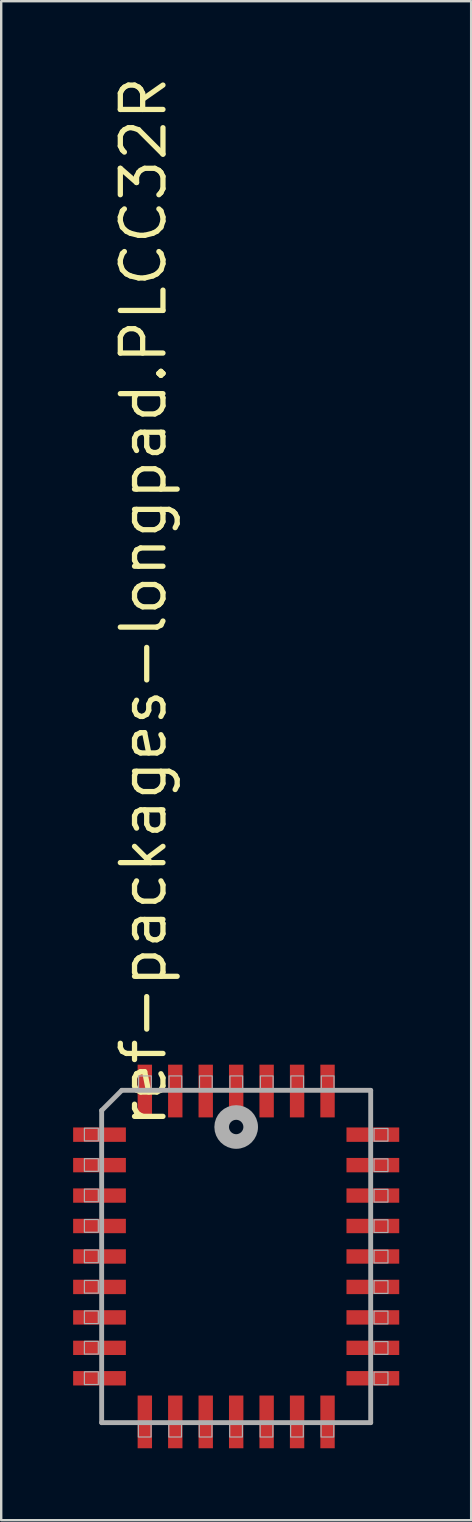
<source format=kicad_pcb>
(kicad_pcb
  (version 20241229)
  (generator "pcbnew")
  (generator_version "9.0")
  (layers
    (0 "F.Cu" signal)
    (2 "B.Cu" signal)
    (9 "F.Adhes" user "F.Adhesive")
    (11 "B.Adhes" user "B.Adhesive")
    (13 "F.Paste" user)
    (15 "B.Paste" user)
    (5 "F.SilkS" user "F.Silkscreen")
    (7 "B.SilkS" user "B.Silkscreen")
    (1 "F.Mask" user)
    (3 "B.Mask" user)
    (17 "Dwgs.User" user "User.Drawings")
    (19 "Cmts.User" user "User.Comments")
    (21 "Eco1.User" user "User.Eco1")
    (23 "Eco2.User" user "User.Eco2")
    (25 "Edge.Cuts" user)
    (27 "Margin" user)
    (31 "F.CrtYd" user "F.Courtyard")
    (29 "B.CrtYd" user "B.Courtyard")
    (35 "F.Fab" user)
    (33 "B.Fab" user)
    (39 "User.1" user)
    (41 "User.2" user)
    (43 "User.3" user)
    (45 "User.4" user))
  (footprint "ref-packages-longpad.PLCC32R"
    (layer "F.Cu")
    (at 6.8 49.352)
    (property "Reference" "ref-packages-longpad.PLCC32R" (at -2.825 -5.275 270) (layer "F.SilkS") (effects (font (size 1.778 1.778) (thickness 0.22)) (justify left bottom)))
    (attr smd)
    (fp_line (start -5.61 -6.09) (end -5.61 6.93) (stroke (width 0.203) (type default)) (layer "F.Fab"))
    (fp_line (start -5.61 6.93) (end 5.61 6.93) (stroke (width 0.203) (type default)) (layer "F.Fab"))
    (fp_line (start -4.77 -6.93) (end -5.61 -6.09) (stroke (width 0.203) (type default)) (layer "F.Fab"))
    (fp_line (start 5.61 -6.93) (end -4.77 -6.93) (stroke (width 0.203) (type default)) (layer "F.Fab"))
    (fp_line (start 5.61 6.93) (end 5.61 -6.93) (stroke (width 0.203) (type default)) (layer "F.Fab"))
    (fp_rect (start -6.33 -4.82) (end -5.75 -5.35) (stroke (width 0.05) (type default)) (fill no) (layer "F.Fab"))
    (fp_rect (start -6.33 -3.55) (end -5.75 -4.08) (stroke (width 0.05) (type default)) (fill no) (layer "F.Fab"))
    (fp_rect (start -6.33 -2.28) (end -5.75 -2.81) (stroke (width 0.05) (type default)) (fill no) (layer "F.Fab"))
    (fp_rect (start -6.33 -1.01) (end -5.75 -1.54) (stroke (width 0.05) (type default)) (fill no) (layer "F.Fab"))
    (fp_rect (start -6.33 0.26) (end -5.75 -0.27) (stroke (width 0.05) (type default)) (fill no) (layer "F.Fab"))
    (fp_rect (start -6.33 1.53) (end -5.75 1) (stroke (width 0.05) (type default)) (fill no) (layer "F.Fab"))
    (fp_rect (start -6.33 2.8) (end -5.75 2.27) (stroke (width 0.05) (type default)) (fill no) (layer "F.Fab"))
    (fp_rect (start -6.33 4.07) (end -5.75 3.54) (stroke (width 0.05) (type default)) (fill no) (layer "F.Fab"))
    (fp_rect (start -6.33 5.34) (end -5.75 4.81) (stroke (width 0.05) (type default)) (fill no) (layer "F.Fab"))
    (fp_rect (start -4.08 7.53) (end -3.55 6.95) (stroke (width 0.05) (type default)) (fill no) (layer "F.Fab"))
    (fp_rect (start -4.07 -6.95) (end -3.54 -7.53) (stroke (width 0.05) (type default)) (fill no) (layer "F.Fab"))
    (fp_rect (start -2.81 7.53) (end -2.28 6.95) (stroke (width 0.05) (type default)) (fill no) (layer "F.Fab"))
    (fp_rect (start -2.8 -6.95) (end -2.27 -7.53) (stroke (width 0.05) (type default)) (fill no) (layer "F.Fab"))
    (fp_rect (start -1.54 7.53) (end -1.01 6.95) (stroke (width 0.05) (type default)) (fill no) (layer "F.Fab"))
    (fp_rect (start -1.53 -6.95) (end -1 -7.53) (stroke (width 0.05) (type default)) (fill no) (layer "F.Fab"))
    (fp_rect (start -0.27 7.53) (end 0.26 6.95) (stroke (width 0.05) (type default)) (fill no) (layer "F.Fab"))
    (fp_rect (start -0.26 -6.95) (end 0.27 -7.53) (stroke (width 0.05) (type default)) (fill no) (layer "F.Fab"))
    (fp_rect (start 1 7.53) (end 1.53 6.95) (stroke (width 0.05) (type default)) (fill no) (layer "F.Fab"))
    (fp_rect (start 1.01 -6.95) (end 1.54 -7.53) (stroke (width 0.05) (type default)) (fill no) (layer "F.Fab"))
    (fp_rect (start 2.27 7.53) (end 2.8 6.95) (stroke (width 0.05) (type default)) (fill no) (layer "F.Fab"))
    (fp_rect (start 2.28 -6.95) (end 2.81 -7.53) (stroke (width 0.05) (type default)) (fill no) (layer "F.Fab"))
    (fp_rect (start 3.54 7.53) (end 4.07 6.95) (stroke (width 0.05) (type default)) (fill no) (layer "F.Fab"))
    (fp_rect (start 3.55 -6.95) (end 4.08 -7.53) (stroke (width 0.05) (type default)) (fill no) (layer "F.Fab"))
    (fp_rect (start 5.75 -4.81) (end 6.33 -5.34) (stroke (width 0.05) (type default)) (fill no) (layer "F.Fab"))
    (fp_rect (start 5.75 -3.54) (end 6.33 -4.07) (stroke (width 0.05) (type default)) (fill no) (layer "F.Fab"))
    (fp_rect (start 5.75 -2.27) (end 6.33 -2.8) (stroke (width 0.05) (type default)) (fill no) (layer "F.Fab"))
    (fp_rect (start 5.75 -1) (end 6.33 -1.53) (stroke (width 0.05) (type default)) (fill no) (layer "F.Fab"))
    (fp_rect (start 5.75 0.27) (end 6.33 -0.26) (stroke (width 0.05) (type default)) (fill no) (layer "F.Fab"))
    (fp_rect (start 5.75 1.54) (end 6.33 1.01) (stroke (width 0.05) (type default)) (fill no) (layer "F.Fab"))
    (fp_rect (start 5.75 2.81) (end 6.33 2.28) (stroke (width 0.05) (type default)) (fill no) (layer "F.Fab"))
    (fp_rect (start 5.75 4.08) (end 6.33 3.55) (stroke (width 0.05) (type default)) (fill no) (layer "F.Fab"))
    (fp_rect (start 5.75 5.35) (end 6.33 4.82) (stroke (width 0.05) (type default)) (fill no) (layer "F.Fab"))
    (fp_circle (center 0 -5.4) (end 0.3 -5.4) (stroke (width 0.61) (type default)) (fill no) (layer "F.Fab"))
    (pad "1" smd roundrect (at 0 -6.9) (size 0.6 2.2) (layers "F.Cu" "F.Mask" "F.Paste") (roundrect_rratio 0.01))
    (pad "2" smd roundrect (at -1.27 -6.9) (size 0.6 2.2) (layers "F.Cu" "F.Mask" "F.Paste") (roundrect_rratio 0.01))
    (pad "3" smd roundrect (at -2.54 -6.9) (size 0.6 2.2) (layers "F.Cu" "F.Mask" "F.Paste") (roundrect_rratio 0.01))
    (pad "4" smd roundrect (at -3.81 -6.9) (size 0.6 2.2) (layers "F.Cu" "F.Mask" "F.Paste") (roundrect_rratio 0.01))
    (pad "5" smd roundrect (at -5.7 -5.08) (size 2.2 0.6) (layers "F.Cu" "F.Mask" "F.Paste") (roundrect_rratio 0.01))
    (pad "6" smd roundrect (at -5.7 -3.81) (size 2.2 0.6) (layers "F.Cu" "F.Mask" "F.Paste") (roundrect_rratio 0.01))
    (pad "7" smd roundrect (at -5.7 -2.54) (size 2.2 0.6) (layers "F.Cu" "F.Mask" "F.Paste") (roundrect_rratio 0.01))
    (pad "8" smd roundrect (at -5.7 -1.27) (size 2.2 0.6) (layers "F.Cu" "F.Mask" "F.Paste") (roundrect_rratio 0.01))
    (pad "9" smd roundrect (at -5.7 0) (size 2.2 0.6) (layers "F.Cu" "F.Mask" "F.Paste") (roundrect_rratio 0.01))
    (pad "10" smd roundrect (at -5.7 1.27) (size 2.2 0.6) (layers "F.Cu" "F.Mask" "F.Paste") (roundrect_rratio 0.01))
    (pad "11" smd roundrect (at -5.7 2.54) (size 2.2 0.6) (layers "F.Cu" "F.Mask" "F.Paste") (roundrect_rratio 0.01))
    (pad "12" smd roundrect (at -5.7 3.81) (size 2.2 0.6) (layers "F.Cu" "F.Mask" "F.Paste") (roundrect_rratio 0.01))
    (pad "13" smd roundrect (at -5.7 5.08) (size 2.2 0.6) (layers "F.Cu" "F.Mask" "F.Paste") (roundrect_rratio 0.01))
    (pad "14" smd roundrect (at -3.81 6.9) (size 0.6 2.2) (layers "F.Cu" "F.Mask" "F.Paste") (roundrect_rratio 0.01))
    (pad "15" smd roundrect (at -2.54 6.9) (size 0.6 2.2) (layers "F.Cu" "F.Mask" "F.Paste") (roundrect_rratio 0.01))
    (pad "16" smd roundrect (at -1.27 6.9) (size 0.6 2.2) (layers "F.Cu" "F.Mask" "F.Paste") (roundrect_rratio 0.01))
    (pad "17" smd roundrect (at 0 6.9) (size 0.6 2.2) (layers "F.Cu" "F.Mask" "F.Paste") (roundrect_rratio 0.01))
    (pad "18" smd roundrect (at 1.27 6.9) (size 0.6 2.2) (layers "F.Cu" "F.Mask" "F.Paste") (roundrect_rratio 0.01))
    (pad "19" smd roundrect (at 2.54 6.9) (size 0.6 2.2) (layers "F.Cu" "F.Mask" "F.Paste") (roundrect_rratio 0.01))
    (pad "20" smd roundrect (at 3.81 6.9) (size 0.6 2.2) (layers "F.Cu" "F.Mask" "F.Paste") (roundrect_rratio 0.01))
    (pad "21" smd roundrect (at 5.7 5.08) (size 2.2 0.6) (layers "F.Cu" "F.Mask" "F.Paste") (roundrect_rratio 0.01))
    (pad "22" smd roundrect (at 5.7 3.81) (size 2.2 0.6) (layers "F.Cu" "F.Mask" "F.Paste") (roundrect_rratio 0.01))
    (pad "23" smd roundrect (at 5.7 2.54) (size 2.2 0.6) (layers "F.Cu" "F.Mask" "F.Paste") (roundrect_rratio 0.01))
    (pad "24" smd roundrect (at 5.7 1.27) (size 2.2 0.6) (layers "F.Cu" "F.Mask" "F.Paste") (roundrect_rratio 0.01))
    (pad "25" smd roundrect (at 5.7 0) (size 2.2 0.6) (layers "F.Cu" "F.Mask" "F.Paste") (roundrect_rratio 0.01))
    (pad "26" smd roundrect (at 5.7 -1.27) (size 2.2 0.6) (layers "F.Cu" "F.Mask" "F.Paste") (roundrect_rratio 0.01))
    (pad "27" smd roundrect (at 5.7 -2.54) (size 2.2 0.6) (layers "F.Cu" "F.Mask" "F.Paste") (roundrect_rratio 0.01))
    (pad "28" smd roundrect (at 5.7 -3.81) (size 2.2 0.6) (layers "F.Cu" "F.Mask" "F.Paste") (roundrect_rratio 0.01))
    (pad "29" smd roundrect (at 5.7 -5.08) (size 2.2 0.6) (layers "F.Cu" "F.Mask" "F.Paste") (roundrect_rratio 0.01))
    (pad "30" smd roundrect (at 3.81 -6.9) (size 0.6 2.2) (layers "F.Cu" "F.Mask" "F.Paste") (roundrect_rratio 0.01))
    (pad "31" smd roundrect (at 2.54 -6.9) (size 0.6 2.2) (layers "F.Cu" "F.Mask" "F.Paste") (roundrect_rratio 0.01))
    (pad "32" smd roundrect (at 1.27 -6.9) (size 0.6 2.2) (layers "F.Cu" "F.Mask" "F.Paste") (roundrect_rratio 0.01)))
  (gr_rect
    (start -3 -3)
    (end 16.6 60.352)
    (stroke (width 0.1) (type default))
    (fill no)
    (layer "Edge.Cuts")))
</source>
